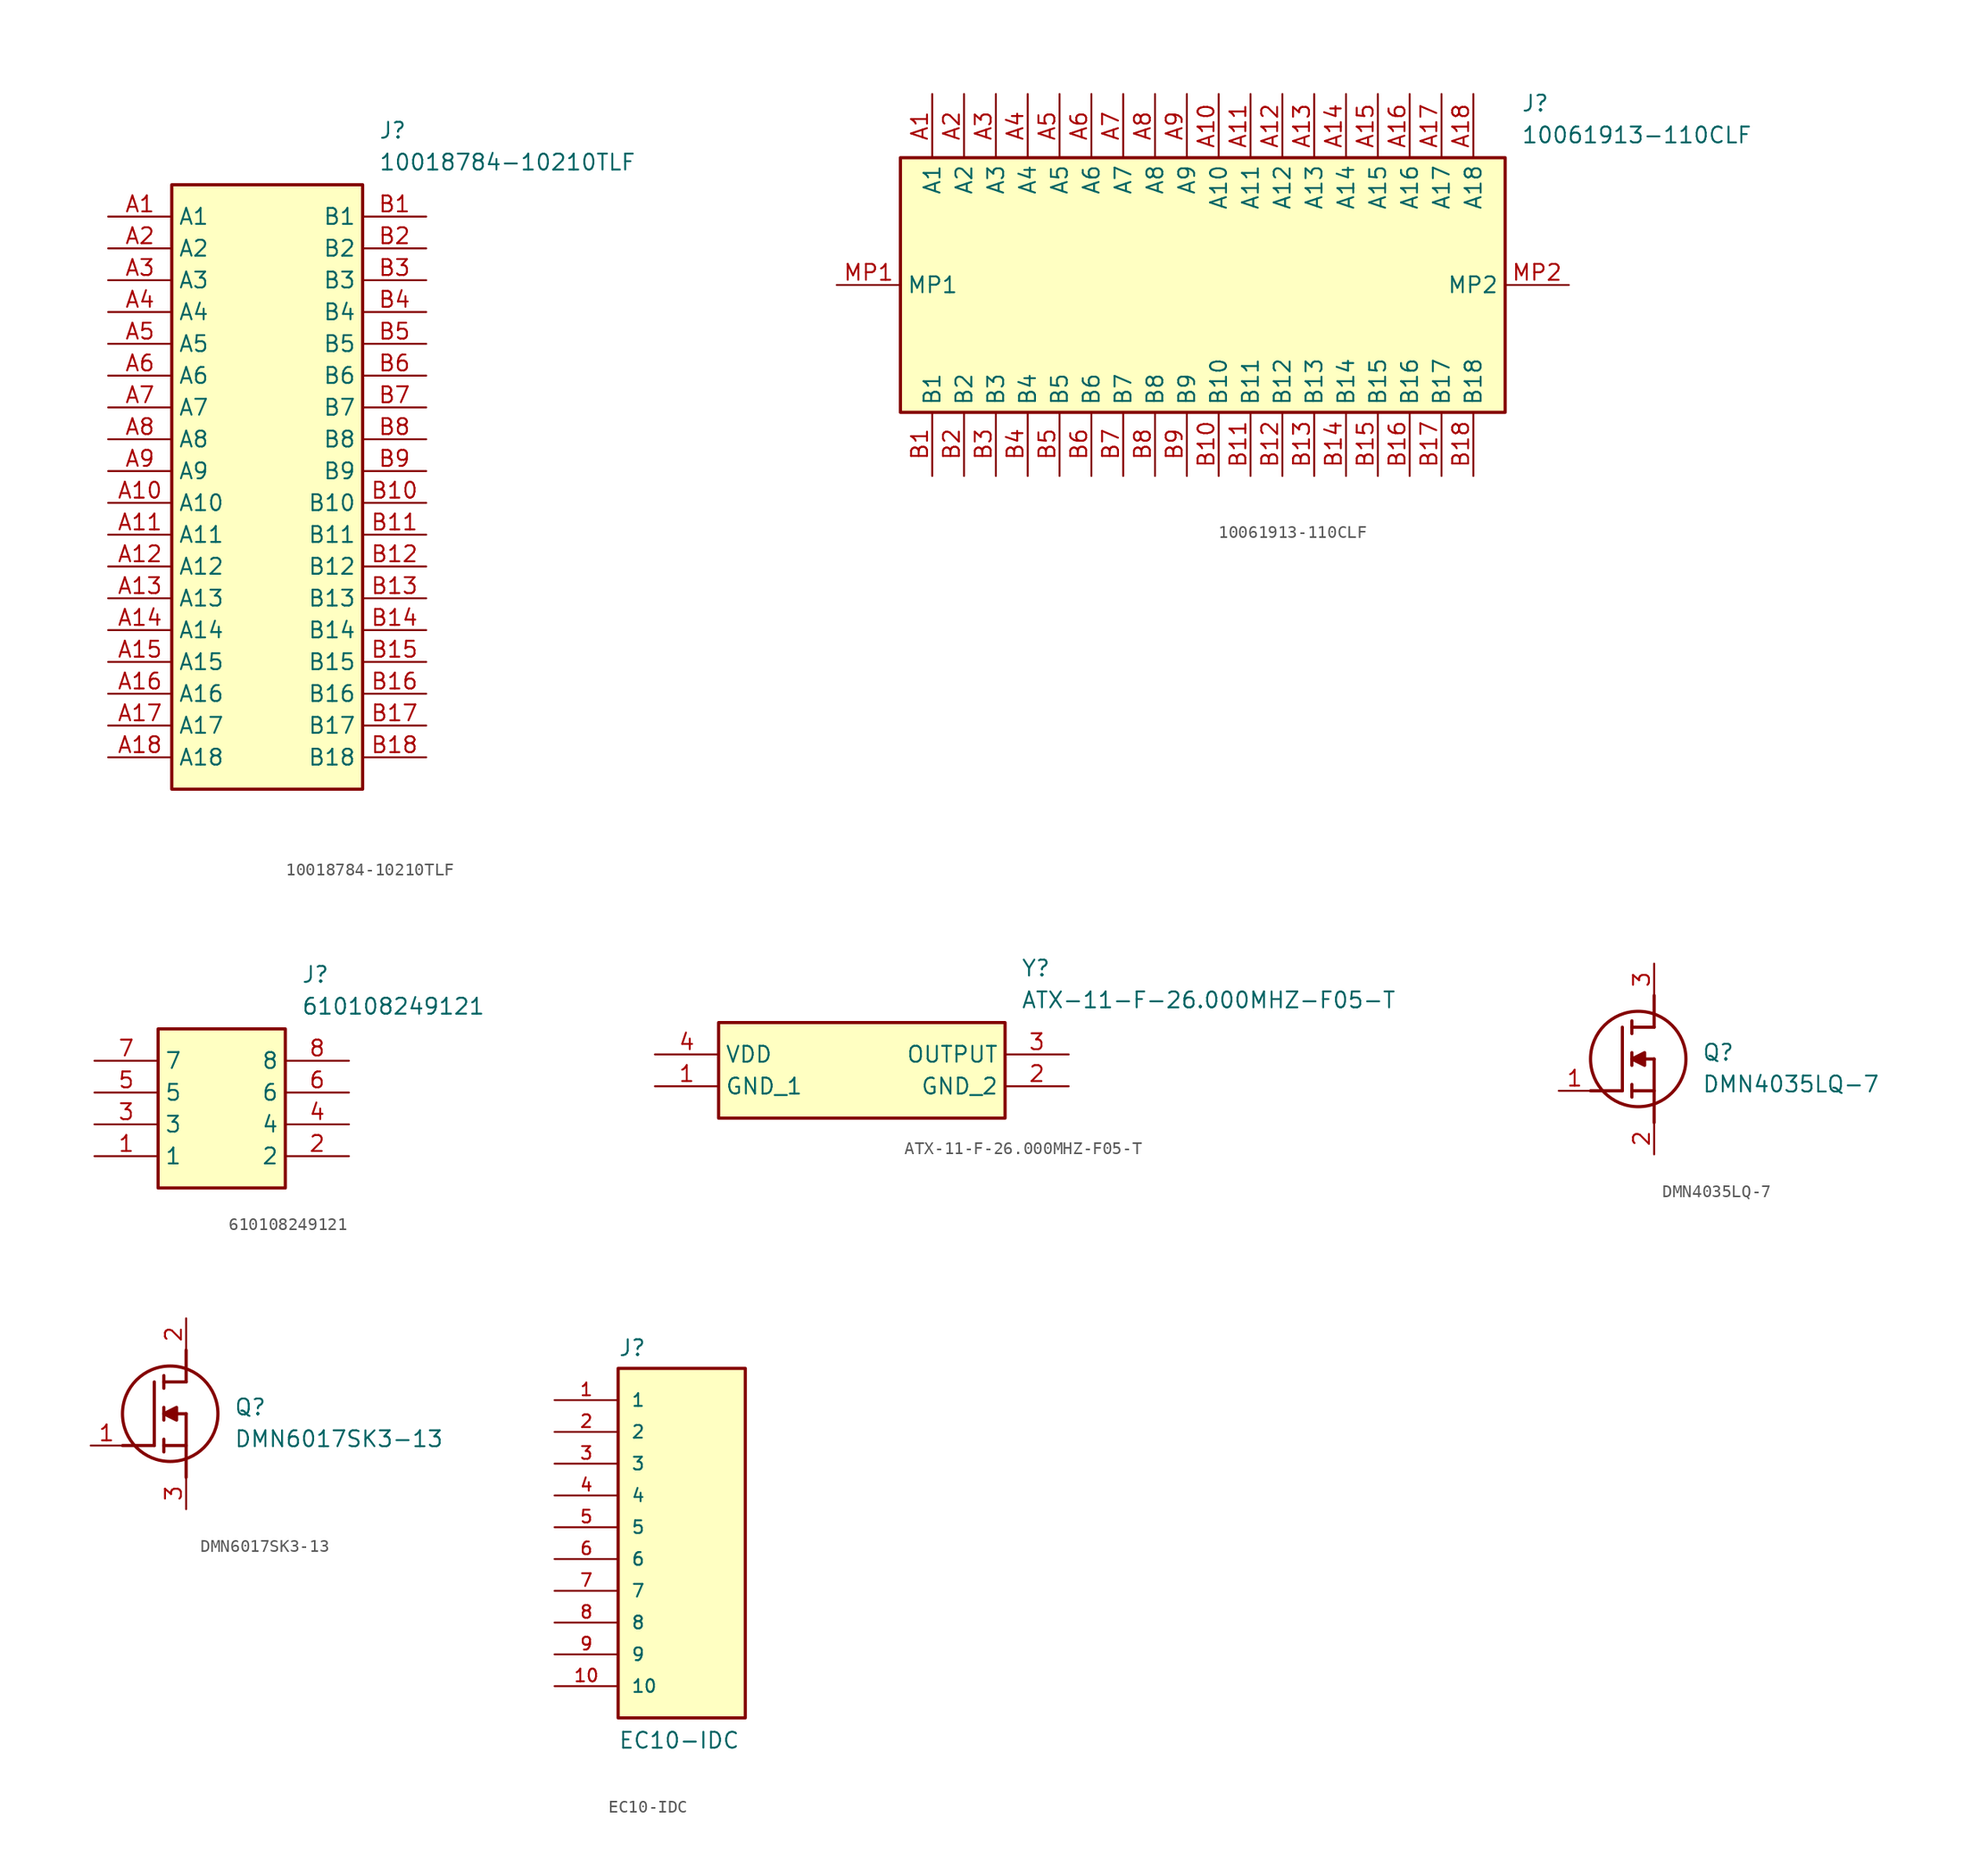
<source format=kicad_sym>
(kicad_symbol_lib
  (version 20220914)
  (generator kicad_symbol_editor)
  (symbol "10018784-10210TLF"
    (property "Reference" "J"
      (at 21.59 7.62 0)
      (effects (font (size 1.27 1.27)) (justify left top)))
    (property "Value" "10018784-10210TLF"
      (at 21.59 5.08 0)
      (effects (font (size 1.27 1.27)) (justify left top)))
    (symbol "10018784-10210TLF_1_1"
      (rectangle (start 5.08 2.54) (end 20.32 -45.72) (stroke (width 0.254) (type default)) (fill (type background)))
      (pin passive line (at 0 0 0) (length 5.08) (name "A1" (effects (font (size 1.27 1.27)))) (number "A1" (effects (font (size 1.27 1.27)))))
      (pin passive line (at 0 -22.86 0) (length 5.08) (name "A10" (effects (font (size 1.27 1.27)))) (number "A10" (effects (font (size 1.27 1.27)))))
      (pin passive line (at 0 -25.4 0) (length 5.08) (name "A11" (effects (font (size 1.27 1.27)))) (number "A11" (effects (font (size 1.27 1.27)))))
      (pin passive line (at 0 -27.94 0) (length 5.08) (name "A12" (effects (font (size 1.27 1.27)))) (number "A12" (effects (font (size 1.27 1.27)))))
      (pin passive line (at 0 -30.48 0) (length 5.08) (name "A13" (effects (font (size 1.27 1.27)))) (number "A13" (effects (font (size 1.27 1.27)))))
      (pin passive line (at 0 -33.02 0) (length 5.08) (name "A14" (effects (font (size 1.27 1.27)))) (number "A14" (effects (font (size 1.27 1.27)))))
      (pin passive line (at 0 -35.56 0) (length 5.08) (name "A15" (effects (font (size 1.27 1.27)))) (number "A15" (effects (font (size 1.27 1.27)))))
      (pin passive line (at 0 -38.1 0) (length 5.08) (name "A16" (effects (font (size 1.27 1.27)))) (number "A16" (effects (font (size 1.27 1.27)))))
      (pin passive line (at 0 -40.64 0) (length 5.08) (name "A17" (effects (font (size 1.27 1.27)))) (number "A17" (effects (font (size 1.27 1.27)))))
      (pin passive line (at 0 -43.18 0) (length 5.08) (name "A18" (effects (font (size 1.27 1.27)))) (number "A18" (effects (font (size 1.27 1.27)))))
      (pin passive line (at 0 -2.54 0) (length 5.08) (name "A2" (effects (font (size 1.27 1.27)))) (number "A2" (effects (font (size 1.27 1.27)))))
      (pin passive line (at 0 -5.08 0) (length 5.08) (name "A3" (effects (font (size 1.27 1.27)))) (number "A3" (effects (font (size 1.27 1.27)))))
      (pin passive line (at 0 -7.62 0) (length 5.08) (name "A4" (effects (font (size 1.27 1.27)))) (number "A4" (effects (font (size 1.27 1.27)))))
      (pin passive line (at 0 -10.16 0) (length 5.08) (name "A5" (effects (font (size 1.27 1.27)))) (number "A5" (effects (font (size 1.27 1.27)))))
      (pin passive line (at 0 -12.7 0) (length 5.08) (name "A6" (effects (font (size 1.27 1.27)))) (number "A6" (effects (font (size 1.27 1.27)))))
      (pin passive line (at 0 -15.24 0) (length 5.08) (name "A7" (effects (font (size 1.27 1.27)))) (number "A7" (effects (font (size 1.27 1.27)))))
      (pin passive line (at 0 -17.78 0) (length 5.08) (name "A8" (effects (font (size 1.27 1.27)))) (number "A8" (effects (font (size 1.27 1.27)))))
      (pin passive line (at 0 -20.32 0) (length 5.08) (name "A9" (effects (font (size 1.27 1.27)))) (number "A9" (effects (font (size 1.27 1.27)))))
      (pin passive line (at 25.4 0 180) (length 5.08) (name "B1" (effects (font (size 1.27 1.27)))) (number "B1" (effects (font (size 1.27 1.27)))))
      (pin passive line (at 25.4 -22.86 180) (length 5.08) (name "B10" (effects (font (size 1.27 1.27)))) (number "B10" (effects (font (size 1.27 1.27)))))
      (pin passive line (at 25.4 -25.4 180) (length 5.08) (name "B11" (effects (font (size 1.27 1.27)))) (number "B11" (effects (font (size 1.27 1.27)))))
      (pin passive line (at 25.4 -27.94 180) (length 5.08) (name "B12" (effects (font (size 1.27 1.27)))) (number "B12" (effects (font (size 1.27 1.27)))))
      (pin passive line (at 25.4 -30.48 180) (length 5.08) (name "B13" (effects (font (size 1.27 1.27)))) (number "B13" (effects (font (size 1.27 1.27)))))
      (pin passive line (at 25.4 -33.02 180) (length 5.08) (name "B14" (effects (font (size 1.27 1.27)))) (number "B14" (effects (font (size 1.27 1.27)))))
      (pin passive line (at 25.4 -35.56 180) (length 5.08) (name "B15" (effects (font (size 1.27 1.27)))) (number "B15" (effects (font (size 1.27 1.27)))))
      (pin passive line (at 25.4 -38.1 180) (length 5.08) (name "B16" (effects (font (size 1.27 1.27)))) (number "B16" (effects (font (size 1.27 1.27)))))
      (pin passive line (at 25.4 -40.64 180) (length 5.08) (name "B17" (effects (font (size 1.27 1.27)))) (number "B17" (effects (font (size 1.27 1.27)))))
      (pin passive line (at 25.4 -43.18 180) (length 5.08) (name "B18" (effects (font (size 1.27 1.27)))) (number "B18" (effects (font (size 1.27 1.27)))))
      (pin passive line (at 25.4 -2.54 180) (length 5.08) (name "B2" (effects (font (size 1.27 1.27)))) (number "B2" (effects (font (size 1.27 1.27)))))
      (pin passive line (at 25.4 -5.08 180) (length 5.08) (name "B3" (effects (font (size 1.27 1.27)))) (number "B3" (effects (font (size 1.27 1.27)))))
      (pin passive line (at 25.4 -7.62 180) (length 5.08) (name "B4" (effects (font (size 1.27 1.27)))) (number "B4" (effects (font (size 1.27 1.27)))))
      (pin passive line (at 25.4 -10.16 180) (length 5.08) (name "B5" (effects (font (size 1.27 1.27)))) (number "B5" (effects (font (size 1.27 1.27)))))
      (pin passive line (at 25.4 -12.7 180) (length 5.08) (name "B6" (effects (font (size 1.27 1.27)))) (number "B6" (effects (font (size 1.27 1.27)))))
      (pin passive line (at 25.4 -15.24 180) (length 5.08) (name "B7" (effects (font (size 1.27 1.27)))) (number "B7" (effects (font (size 1.27 1.27)))))
      (pin passive line (at 25.4 -17.78 180) (length 5.08) (name "B8" (effects (font (size 1.27 1.27)))) (number "B8" (effects (font (size 1.27 1.27)))))
      (pin passive line (at 25.4 -20.32 180) (length 5.08) (name "B9" (effects (font (size 1.27 1.27)))) (number "B9" (effects (font (size 1.27 1.27)))))))
  (symbol "10061913-110CLF"
    (property "Reference" "J"
      (at 54.61 15.24 0)
      (effects (font (size 1.27 1.27)) (justify left top)))
    (property "Value" "10061913-110CLF"
      (at 54.61 12.7 0)
      (effects (font (size 1.27 1.27)) (justify left top)))
    (symbol "10061913-110CLF_1_1"
      (rectangle (start 5.08 10.16) (end 53.34 -10.16) (stroke (width 0.254) (type default)) (fill (type background)))
      (pin passive line (at 7.62 15.24 270) (length 5.08) (name "A1" (effects (font (size 1.27 1.27)))) (number "A1" (effects (font (size 1.27 1.27)))))
      (pin passive line (at 30.48 15.24 270) (length 5.08) (name "A10" (effects (font (size 1.27 1.27)))) (number "A10" (effects (font (size 1.27 1.27)))))
      (pin passive line (at 33.02 15.24 270) (length 5.08) (name "A11" (effects (font (size 1.27 1.27)))) (number "A11" (effects (font (size 1.27 1.27)))))
      (pin passive line (at 35.56 15.24 270) (length 5.08) (name "A12" (effects (font (size 1.27 1.27)))) (number "A12" (effects (font (size 1.27 1.27)))))
      (pin passive line (at 38.1 15.24 270) (length 5.08) (name "A13" (effects (font (size 1.27 1.27)))) (number "A13" (effects (font (size 1.27 1.27)))))
      (pin passive line (at 40.64 15.24 270) (length 5.08) (name "A14" (effects (font (size 1.27 1.27)))) (number "A14" (effects (font (size 1.27 1.27)))))
      (pin passive line (at 43.18 15.24 270) (length 5.08) (name "A15" (effects (font (size 1.27 1.27)))) (number "A15" (effects (font (size 1.27 1.27)))))
      (pin passive line (at 45.72 15.24 270) (length 5.08) (name "A16" (effects (font (size 1.27 1.27)))) (number "A16" (effects (font (size 1.27 1.27)))))
      (pin passive line (at 48.26 15.24 270) (length 5.08) (name "A17" (effects (font (size 1.27 1.27)))) (number "A17" (effects (font (size 1.27 1.27)))))
      (pin passive line (at 50.8 15.24 270) (length 5.08) (name "A18" (effects (font (size 1.27 1.27)))) (number "A18" (effects (font (size 1.27 1.27)))))
      (pin passive line (at 10.16 15.24 270) (length 5.08) (name "A2" (effects (font (size 1.27 1.27)))) (number "A2" (effects (font (size 1.27 1.27)))))
      (pin passive line (at 12.7 15.24 270) (length 5.08) (name "A3" (effects (font (size 1.27 1.27)))) (number "A3" (effects (font (size 1.27 1.27)))))
      (pin passive line (at 15.24 15.24 270) (length 5.08) (name "A4" (effects (font (size 1.27 1.27)))) (number "A4" (effects (font (size 1.27 1.27)))))
      (pin passive line (at 17.78 15.24 270) (length 5.08) (name "A5" (effects (font (size 1.27 1.27)))) (number "A5" (effects (font (size 1.27 1.27)))))
      (pin passive line (at 20.32 15.24 270) (length 5.08) (name "A6" (effects (font (size 1.27 1.27)))) (number "A6" (effects (font (size 1.27 1.27)))))
      (pin passive line (at 22.86 15.24 270) (length 5.08) (name "A7" (effects (font (size 1.27 1.27)))) (number "A7" (effects (font (size 1.27 1.27)))))
      (pin passive line (at 25.4 15.24 270) (length 5.08) (name "A8" (effects (font (size 1.27 1.27)))) (number "A8" (effects (font (size 1.27 1.27)))))
      (pin passive line (at 27.94 15.24 270) (length 5.08) (name "A9" (effects (font (size 1.27 1.27)))) (number "A9" (effects (font (size 1.27 1.27)))))
      (pin passive line (at 7.62 -15.24 90) (length 5.08) (name "B1" (effects (font (size 1.27 1.27)))) (number "B1" (effects (font (size 1.27 1.27)))))
      (pin passive line (at 30.48 -15.24 90) (length 5.08) (name "B10" (effects (font (size 1.27 1.27)))) (number "B10" (effects (font (size 1.27 1.27)))))
      (pin passive line (at 33.02 -15.24 90) (length 5.08) (name "B11" (effects (font (size 1.27 1.27)))) (number "B11" (effects (font (size 1.27 1.27)))))
      (pin passive line (at 35.56 -15.24 90) (length 5.08) (name "B12" (effects (font (size 1.27 1.27)))) (number "B12" (effects (font (size 1.27 1.27)))))
      (pin passive line (at 38.1 -15.24 90) (length 5.08) (name "B13" (effects (font (size 1.27 1.27)))) (number "B13" (effects (font (size 1.27 1.27)))))
      (pin passive line (at 40.64 -15.24 90) (length 5.08) (name "B14" (effects (font (size 1.27 1.27)))) (number "B14" (effects (font (size 1.27 1.27)))))
      (pin passive line (at 43.18 -15.24 90) (length 5.08) (name "B15" (effects (font (size 1.27 1.27)))) (number "B15" (effects (font (size 1.27 1.27)))))
      (pin passive line (at 45.72 -15.24 90) (length 5.08) (name "B16" (effects (font (size 1.27 1.27)))) (number "B16" (effects (font (size 1.27 1.27)))))
      (pin passive line (at 48.26 -15.24 90) (length 5.08) (name "B17" (effects (font (size 1.27 1.27)))) (number "B17" (effects (font (size 1.27 1.27)))))
      (pin passive line (at 50.8 -15.24 90) (length 5.08) (name "B18" (effects (font (size 1.27 1.27)))) (number "B18" (effects (font (size 1.27 1.27)))))
      (pin passive line (at 10.16 -15.24 90) (length 5.08) (name "B2" (effects (font (size 1.27 1.27)))) (number "B2" (effects (font (size 1.27 1.27)))))
      (pin passive line (at 12.7 -15.24 90) (length 5.08) (name "B3" (effects (font (size 1.27 1.27)))) (number "B3" (effects (font (size 1.27 1.27)))))
      (pin passive line (at 15.24 -15.24 90) (length 5.08) (name "B4" (effects (font (size 1.27 1.27)))) (number "B4" (effects (font (size 1.27 1.27)))))
      (pin passive line (at 17.78 -15.24 90) (length 5.08) (name "B5" (effects (font (size 1.27 1.27)))) (number "B5" (effects (font (size 1.27 1.27)))))
      (pin passive line (at 20.32 -15.24 90) (length 5.08) (name "B6" (effects (font (size 1.27 1.27)))) (number "B6" (effects (font (size 1.27 1.27)))))
      (pin passive line (at 22.86 -15.24 90) (length 5.08) (name "B7" (effects (font (size 1.27 1.27)))) (number "B7" (effects (font (size 1.27 1.27)))))
      (pin passive line (at 25.4 -15.24 90) (length 5.08) (name "B8" (effects (font (size 1.27 1.27)))) (number "B8" (effects (font (size 1.27 1.27)))))
      (pin passive line (at 27.94 -15.24 90) (length 5.08) (name "B9" (effects (font (size 1.27 1.27)))) (number "B9" (effects (font (size 1.27 1.27)))))
      (pin passive line (at 0 0 0) (length 5.08) (name "MP1" (effects (font (size 1.27 1.27)))) (number "MP1" (effects (font (size 1.27 1.27)))))
      (pin passive line (at 58.42 0 180) (length 5.08) (name "MP2" (effects (font (size 1.27 1.27)))) (number "MP2" (effects (font (size 1.27 1.27)))))))
  (symbol "610108249121"
    (property "Reference" "J"
      (at 16.51 7.62 0)
      (effects (font (size 1.27 1.27)) (justify left top)))
    (property "Value" "610108249121"
      (at 16.51 5.08 0)
      (effects (font (size 1.27 1.27)) (justify left top)))
    (symbol "610108249121_1_1"
      (rectangle (start 5.08 2.54) (end 15.24 -10.16) (stroke (width 0.254) (type default)) (fill (type background)))
      (pin passive line (at 0 -7.62 0) (length 5.08) (name "1" (effects (font (size 1.27 1.27)))) (number "1" (effects (font (size 1.27 1.27)))))
      (pin passive line (at 20.32 -7.62 180) (length 5.08) (name "2" (effects (font (size 1.27 1.27)))) (number "2" (effects (font (size 1.27 1.27)))))
      (pin passive line (at 0 -5.08 0) (length 5.08) (name "3" (effects (font (size 1.27 1.27)))) (number "3" (effects (font (size 1.27 1.27)))))
      (pin passive line (at 20.32 -5.08 180) (length 5.08) (name "4" (effects (font (size 1.27 1.27)))) (number "4" (effects (font (size 1.27 1.27)))))
      (pin passive line (at 0 -2.54 0) (length 5.08) (name "5" (effects (font (size 1.27 1.27)))) (number "5" (effects (font (size 1.27 1.27)))))
      (pin passive line (at 20.32 -2.54 180) (length 5.08) (name "6" (effects (font (size 1.27 1.27)))) (number "6" (effects (font (size 1.27 1.27)))))
      (pin passive line (at 0 0 0) (length 5.08) (name "7" (effects (font (size 1.27 1.27)))) (number "7" (effects (font (size 1.27 1.27)))))
      (pin passive line (at 20.32 0 180) (length 5.08) (name "8" (effects (font (size 1.27 1.27)))) (number "8" (effects (font (size 1.27 1.27)))))))
  (symbol "ATX-11-F-26.000MHZ-F05-T"
    (property "Reference" "Y"
      (at 29.21 7.62 0)
      (effects (font (size 1.27 1.27)) (justify left top)))
    (property "Value" "ATX-11-F-26.000MHZ-F05-T"
      (at 29.21 5.08 0)
      (effects (font (size 1.27 1.27)) (justify left top)))
    (symbol "ATX-11-F-26.000MHZ-F05-T_1_1"
      (rectangle (start 5.08 2.54) (end 27.94 -5.08) (stroke (width 0.254) (type default)) (fill (type background)))
      (pin passive line (at 0 -2.54 0) (length 5.08) (name "GND_1" (effects (font (size 1.27 1.27)))) (number "1" (effects (font (size 1.27 1.27)))))
      (pin passive line (at 33.02 -2.54 180) (length 5.08) (name "GND_2" (effects (font (size 1.27 1.27)))) (number "2" (effects (font (size 1.27 1.27)))))
      (pin passive line (at 33.02 0 180) (length 5.08) (name "OUTPUT" (effects (font (size 1.27 1.27)))) (number "3" (effects (font (size 1.27 1.27)))))
      (pin passive line (at 0 0 0) (length 5.08) (name "VDD" (effects (font (size 1.27 1.27)))) (number "4" (effects (font (size 1.27 1.27)))))))
  (symbol "DMN4035LQ-7"
    (pin_names hide)
    (property "Reference" "Q"
      (at 11.43 3.81 0)
      (effects (font (size 1.27 1.27)) (justify left top)))
    (property "Value" "DMN4035LQ-7"
      (at 11.43 1.27 0)
      (effects (font (size 1.27 1.27)) (justify left top)))
    (symbol "DMN4035LQ-7_1_1"
      (polyline (pts (xy 2.54 0) (xy 5.08 0)) (stroke (width 0.254) (type default)) (fill (type none)))
      (polyline (pts (xy 5.08 5.08) (xy 5.08 0)) (stroke (width 0.254) (type default)) (fill (type none)))
      (polyline (pts (xy 5.842 -0.508) (xy 5.842 0.508)) (stroke (width 0.254) (type default)) (fill (type none)))
      (polyline (pts (xy 5.842 0) (xy 7.62 0)) (stroke (width 0.254) (type default)) (fill (type none)))
      (polyline (pts (xy 5.842 2.032) (xy 5.842 3.048)) (stroke (width 0.254) (type default)) (fill (type none)))
      (polyline (pts (xy 5.842 5.588) (xy 5.842 4.572)) (stroke (width 0.254) (type default)) (fill (type none)))
      (polyline (pts (xy 7.62 2.54) (xy 5.842 2.54)) (stroke (width 0.254) (type default)) (fill (type none)))
      (polyline (pts (xy 7.62 2.54) (xy 7.62 -2.54)) (stroke (width 0.254) (type default)) (fill (type none)))
      (polyline (pts (xy 7.62 5.08) (xy 5.842 5.08)) (stroke (width 0.254) (type default)) (fill (type none)))
      (polyline (pts (xy 7.62 5.08) (xy 7.62 7.62)) (stroke (width 0.254) (type default)) (fill (type none)))
      (polyline (pts (xy 5.842 2.54) (xy 6.858 3.048) (xy 6.858 2.032) (xy 5.842 2.54)) (stroke (width 0.254) (type default)) (fill (type outline)))
      (circle (center 6.35 2.54) (radius 3.81) (stroke (width 0.254) (type default)) (fill (type none)))
      (pin passive line (at 0 0 0) (length 2.54) (name "G" (effects (font (size 1.27 1.27)))) (number "1" (effects (font (size 1.27 1.27)))))
      (pin passive line (at 7.62 -5.08 90) (length 2.54) (name "S" (effects (font (size 1.27 1.27)))) (number "2" (effects (font (size 1.27 1.27)))))
      (pin passive line (at 7.62 10.16 270) (length 2.54) (name "D" (effects (font (size 1.27 1.27)))) (number "3" (effects (font (size 1.27 1.27)))))))
  (symbol "DMN6017SK3-13"
    (pin_names hide)
    (property "Reference" "Q"
      (at 11.43 3.81 0)
      (effects (font (size 1.27 1.27)) (justify left top)))
    (property "Value" "DMN6017SK3-13"
      (at 11.43 1.27 0)
      (effects (font (size 1.27 1.27)) (justify left top)))
    (symbol "DMN6017SK3-13_1_1"
      (polyline (pts (xy 2.54 0) (xy 5.08 0)) (stroke (width 0.254) (type default)) (fill (type none)))
      (polyline (pts (xy 5.08 5.08) (xy 5.08 0)) (stroke (width 0.254) (type default)) (fill (type none)))
      (polyline (pts (xy 5.842 -0.508) (xy 5.842 0.508)) (stroke (width 0.254) (type default)) (fill (type none)))
      (polyline (pts (xy 5.842 0) (xy 7.62 0)) (stroke (width 0.254) (type default)) (fill (type none)))
      (polyline (pts (xy 5.842 2.032) (xy 5.842 3.048)) (stroke (width 0.254) (type default)) (fill (type none)))
      (polyline (pts (xy 5.842 5.588) (xy 5.842 4.572)) (stroke (width 0.254) (type default)) (fill (type none)))
      (polyline (pts (xy 7.62 2.54) (xy 5.842 2.54)) (stroke (width 0.254) (type default)) (fill (type none)))
      (polyline (pts (xy 7.62 2.54) (xy 7.62 -2.54)) (stroke (width 0.254) (type default)) (fill (type none)))
      (polyline (pts (xy 7.62 5.08) (xy 5.842 5.08)) (stroke (width 0.254) (type default)) (fill (type none)))
      (polyline (pts (xy 7.62 5.08) (xy 7.62 7.62)) (stroke (width 0.254) (type default)) (fill (type none)))
      (polyline (pts (xy 5.842 2.54) (xy 6.858 3.048) (xy 6.858 2.032) (xy 5.842 2.54)) (stroke (width 0.254) (type default)) (fill (type outline)))
      (circle (center 6.35 2.54) (radius 3.81) (stroke (width 0.254) (type default)) (fill (type none)))
      (pin passive line (at 0 0 0) (length 2.54) (name "G" (effects (font (size 1.27 1.27)))) (number "1" (effects (font (size 1.27 1.27)))))
      (pin passive line (at 7.62 10.16 270) (length 2.54) (name "D" (effects (font (size 1.27 1.27)))) (number "2" (effects (font (size 1.27 1.27)))))
      (pin passive line (at 7.62 -5.08 90) (length 2.54) (name "S" (effects (font (size 1.27 1.27)))) (number "3" (effects (font (size 1.27 1.27)))))))
  (symbol "EC10-IDC"
    (pin_names
      (offset 1.016))
    (property "Reference" "J"
      (at -5.08 16.129 0)
      (effects (font (size 1.27 1.27)) (justify left bottom)))
    (property "Value" "EC10-IDC"
      (at -5.08 -15.24 0)
      (effects (font (size 1.27 1.27)) (justify left bottom)))
    (symbol "EC10-IDC_0_0"
      (rectangle (start -5.08 -12.7) (end 5.08 15.24) (stroke (width 0.254) (type default)) (fill (type background)))
      (pin passive line (at -10.16 12.7 0) (length 5.08) (name "1" (effects (font (size 1.016 1.016)))) (number "1" (effects (font (size 1.016 1.016)))))
      (pin passive line (at -10.16 -10.16 0) (length 5.08) (name "10" (effects (font (size 1.016 1.016)))) (number "10" (effects (font (size 1.016 1.016)))))
      (pin passive line (at -10.16 10.16 0) (length 5.08) (name "2" (effects (font (size 1.016 1.016)))) (number "2" (effects (font (size 1.016 1.016)))))
      (pin passive line (at -10.16 7.62 0) (length 5.08) (name "3" (effects (font (size 1.016 1.016)))) (number "3" (effects (font (size 1.016 1.016)))))
      (pin passive line (at -10.16 5.08 0) (length 5.08) (name "4" (effects (font (size 1.016 1.016)))) (number "4" (effects (font (size 1.016 1.016)))))
      (pin passive line (at -10.16 2.54 0) (length 5.08) (name "5" (effects (font (size 1.016 1.016)))) (number "5" (effects (font (size 1.016 1.016)))))
      (pin passive line (at -10.16 0 0) (length 5.08) (name "6" (effects (font (size 1.016 1.016)))) (number "6" (effects (font (size 1.016 1.016)))))
      (pin passive line (at -10.16 -2.54 0) (length 5.08) (name "7" (effects (font (size 1.016 1.016)))) (number "7" (effects (font (size 1.016 1.016)))))
      (pin passive line (at -10.16 -5.08 0) (length 5.08) (name "8" (effects (font (size 1.016 1.016)))) (number "8" (effects (font (size 1.016 1.016)))))
      (pin passive line (at -10.16 -7.62 0) (length 5.08) (name "9" (effects (font (size 1.016 1.016)))) (number "9" (effects (font (size 1.016 1.016))))))))
</source>
